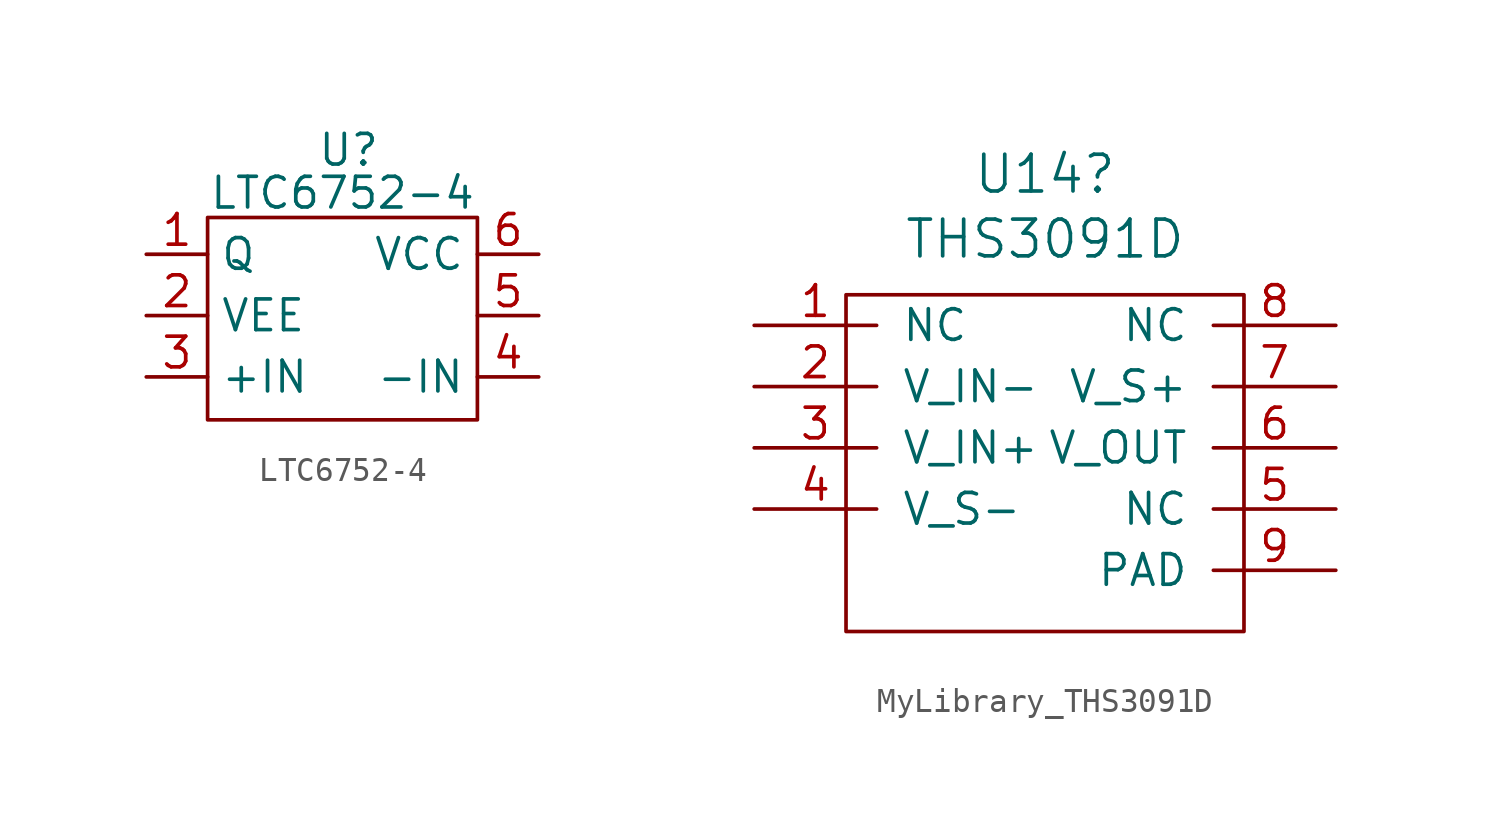
<source format=kicad_sym>
(kicad_symbol_lib
  (version 20211014)
  (generator kicad_symbol_editor)
  (symbol "LTC6752-4"
    (property "Reference" "U"
      (at 0 6.35 0)
      (effects (font (size 1.27 1.27))))
    (property "Value" "LTC6752-4"
      (at -0.254 4.572 0)
      (effects (font (size 1.27 1.27))))
    (symbol "LTC6752-4_0_1"
      (rectangle (start 5.334 -4.826) (end -5.842 3.556) (stroke (width 0) (type default) (color 0 0 0 0)) (fill (type none))))
    (symbol "LTC6752-4_1_1"
      (pin output line (at -8.382 2.032 0) (length 2.54) (name "Q" (effects (font (size 1.27 1.27)))) (number "1" (effects (font (size 1.27 1.27)))))
      (pin input line (at -8.382 -0.508 0) (length 2.54) (name "VEE" (effects (font (size 1.27 1.27)))) (number "2" (effects (font (size 1.27 1.27)))))
      (pin input line (at -8.382 -3.048 0) (length 2.54) (name "+IN" (effects (font (size 1.27 1.27)))) (number "3" (effects (font (size 1.27 1.27)))))
      (pin input line (at 7.874 -3.048 180) (length 2.54) (name "-IN" (effects (font (size 1.27 1.27)))) (number "4" (effects (font (size 1.27 1.27)))))
      (pin input line (at 7.874 -0.508 180) (length 2.54) (name "" (effects (font (size 1.27 1.27)))) (number "5" (effects (font (size 1.27 1.27)))))
      (pin input line (at 7.874 2.032 180) (length 2.54) (name "VCC" (effects (font (size 1.27 1.27)))) (number "6" (effects (font (size 1.27 1.27)))))))
  (symbol "MyLibrary_THS3091D"
    (pin_names
      (offset 1.016))
    (property "Reference" "U14"
      (at -0.635 10.084 0)
      (effects (font (size 1.524 1.524))))
    (property "Value" "THS3091D"
      (at -0.635 7.391 0)
      (effects (font (size 1.524 1.524))))
    (property "Datasheet" ""
      (at 0 0 0)
      (effects (font (size 1.524 1.524))))
    (symbol "MyLibrary_THS3091D_0_1"
      (rectangle (start -8.89 5.08) (end 7.62 -8.89) (stroke (width 0) (type default) (color 0 0 0 0)) (fill (type none))))
    (symbol "MyLibrary_THS3091D_1_1"
      (pin input line (at -12.7 3.81 0) (length 5.08) (name "NC" (effects (font (size 1.27 1.27)))) (number "1" (effects (font (size 1.27 1.27)))))
      (pin input line (at -12.7 1.27 0) (length 5.08) (name "V_IN-" (effects (font (size 1.27 1.27)))) (number "2" (effects (font (size 1.27 1.27)))))
      (pin input line (at -12.7 -1.27 0) (length 5.08) (name "V_IN+" (effects (font (size 1.27 1.27)))) (number "3" (effects (font (size 1.27 1.27)))))
      (pin input line (at -12.7 -3.81 0) (length 5.08) (name "V_S-" (effects (font (size 1.27 1.27)))) (number "4" (effects (font (size 1.27 1.27)))))
      (pin input line (at 11.43 -3.81 180) (length 5.08) (name "NC" (effects (font (size 1.27 1.27)))) (number "5" (effects (font (size 1.27 1.27)))))
      (pin input line (at 11.43 -1.27 180) (length 5.08) (name "V_OUT" (effects (font (size 1.27 1.27)))) (number "6" (effects (font (size 1.27 1.27)))))
      (pin input line (at 11.43 1.27 180) (length 5.08) (name "V_S+" (effects (font (size 1.27 1.27)))) (number "7" (effects (font (size 1.27 1.27)))))
      (pin input line (at 11.43 3.81 180) (length 5.08) (name "NC" (effects (font (size 1.27 1.27)))) (number "8" (effects (font (size 1.27 1.27)))))
      (pin input line (at 11.43 -6.35 180) (length 5.08) (name "PAD" (effects (font (size 1.27 1.27)))) (number "9" (effects (font (size 1.27 1.27))))))))
</source>
